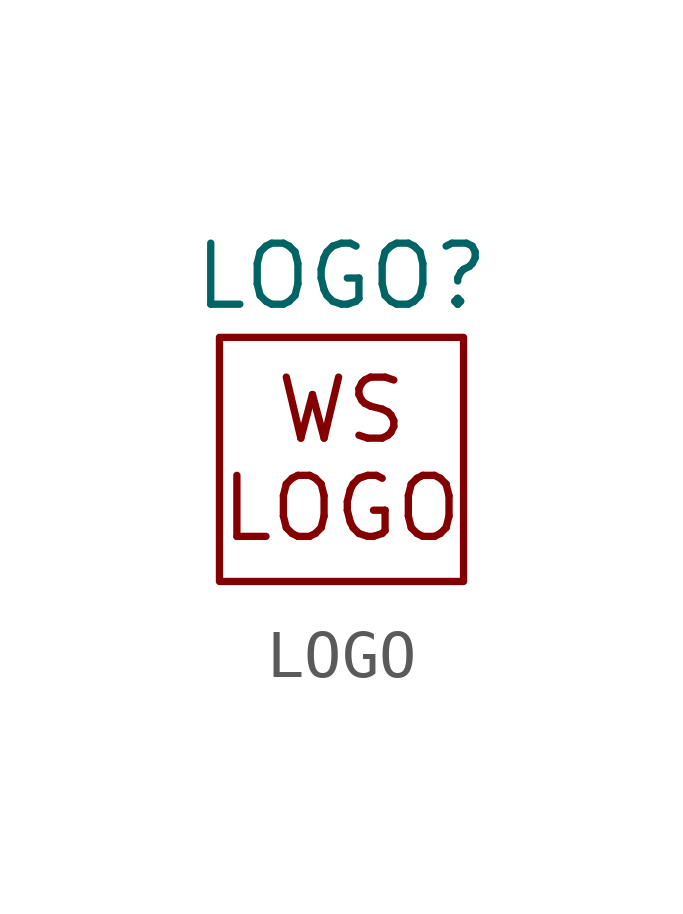
<source format=kicad_sym>
(kicad_symbol_lib
  (version 20220914)
  (generator kicad_symbol_editor)
  (symbol "LOGO"
    (property "Reference" "LOGO"
      (at 0 3.81 0)
      (effects (font (size 1.27 1.27))))
    (property "Value" ""
      (at 0 0 0)
      (effects (font (size 1.27 1.27))))
    (symbol "LOGO_0_1"
      (rectangle (start -2.54 2.54) (end 2.54 -2.54) (stroke (width 0) (type default)) (fill (type none))))
    (symbol "LOGO_1_1"
      (text "WS\nLOGO" (at 0 0 0) (effects (font (size 1.27 1.27)))))))
</source>
